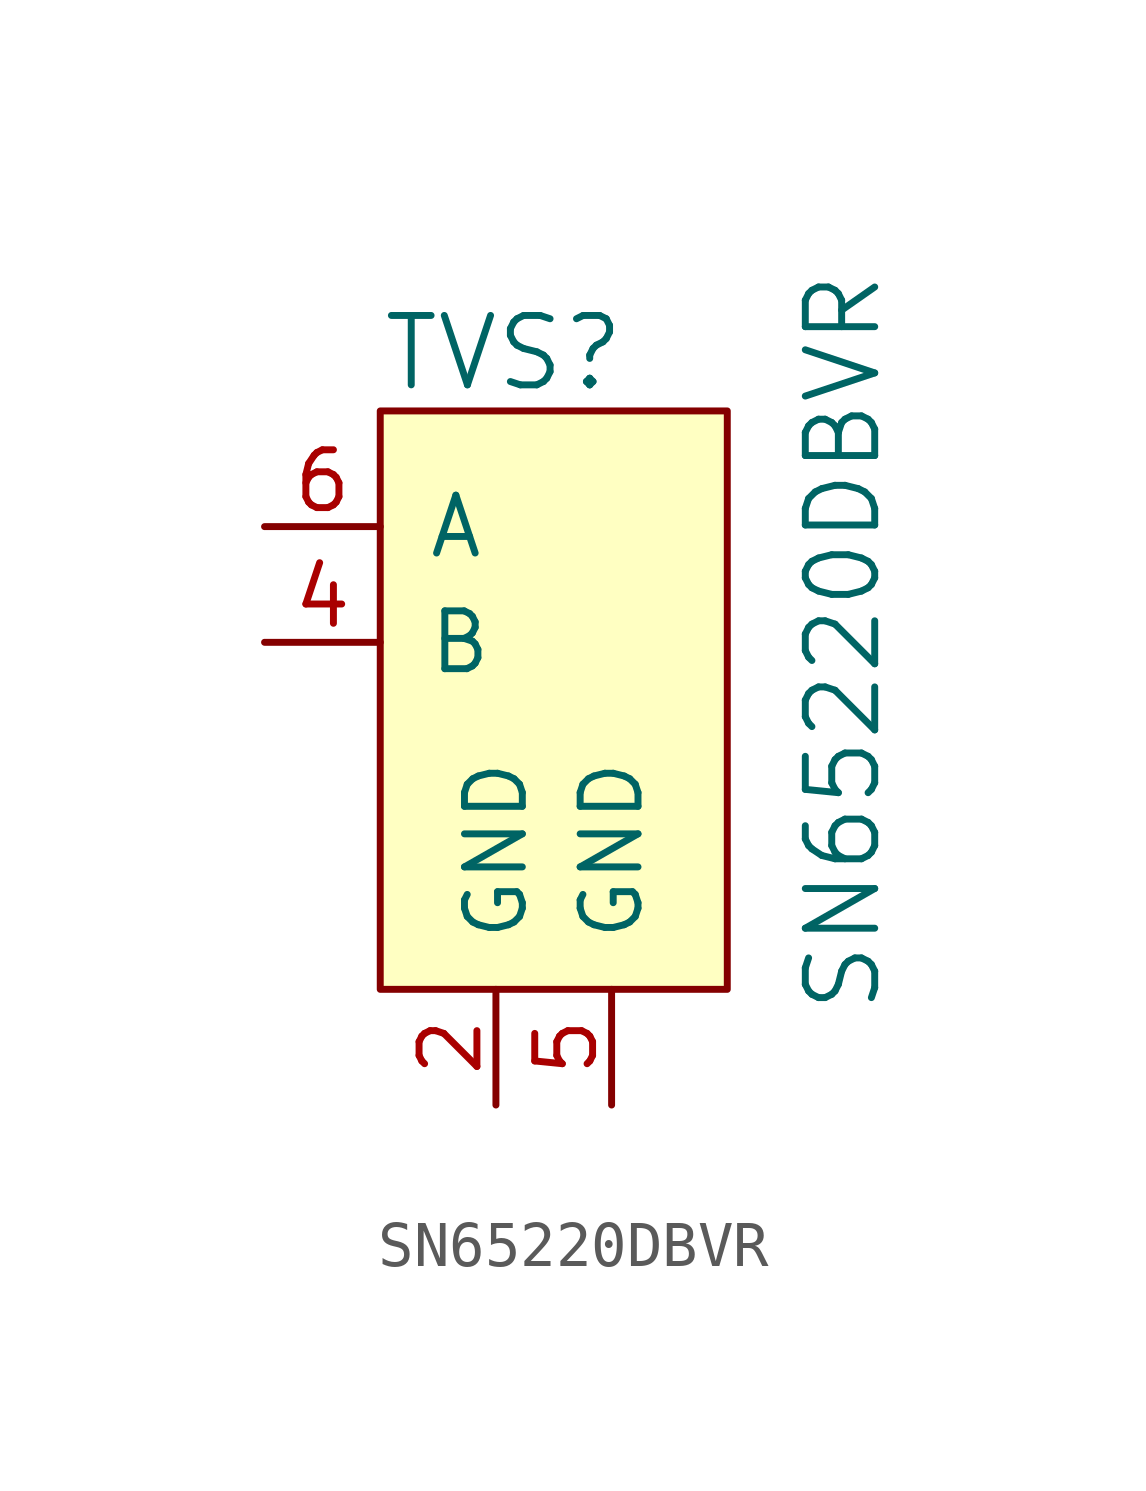
<source format=kicad_sym>
(kicad_symbol_lib
  (version 20211014)
  (generator kicad_symbol_editor)
  (symbol "SN65220DBVR"
    (pin_names
      (offset 1.016))
    (property "Reference" "TVS"
      (at -2.54 6.35 0)
      (effects (font (size 1.524 1.524)) (justify left)))
    (property "Value" "SN65220DBVR"
      (at 7.62 0 90)
      (effects (font (size 1.524 1.524))))
    (symbol "SN65220DBVR_0_1"
      (rectangle (start -2.54 5.08) (end 5.08 -7.62) (stroke (width 0) (type default) (color 0 0 0 0)) (fill (type background))))
    (symbol "SN65220DBVR_1_1"
      (pin no_connect line (at 5.08 2.54 180) (length 2.54) hide (name "NC" (effects (font (size 1.27 1.27)))) (number "1" (effects (font (size 1.27 1.27)))))
      (pin power_in line (at 0 -10.16 90) (length 2.54) (name "GND" (effects (font (size 1.27 1.27)))) (number "2" (effects (font (size 1.27 1.27)))))
      (pin no_connect line (at 5.08 0 180) (length 2.54) hide (name "NC" (effects (font (size 1.27 1.27)))) (number "3" (effects (font (size 1.27 1.27)))))
      (pin input line (at -5.08 0 0) (length 2.54) (name "B" (effects (font (size 1.27 1.27)))) (number "4" (effects (font (size 1.27 1.27)))))
      (pin power_in line (at 2.54 -10.16 90) (length 2.54) (name "GND" (effects (font (size 1.27 1.27)))) (number "5" (effects (font (size 1.27 1.27)))))
      (pin input line (at -5.08 2.54 0) (length 2.54) (name "A" (effects (font (size 1.27 1.27)))) (number "6" (effects (font (size 1.27 1.27))))))))
</source>
